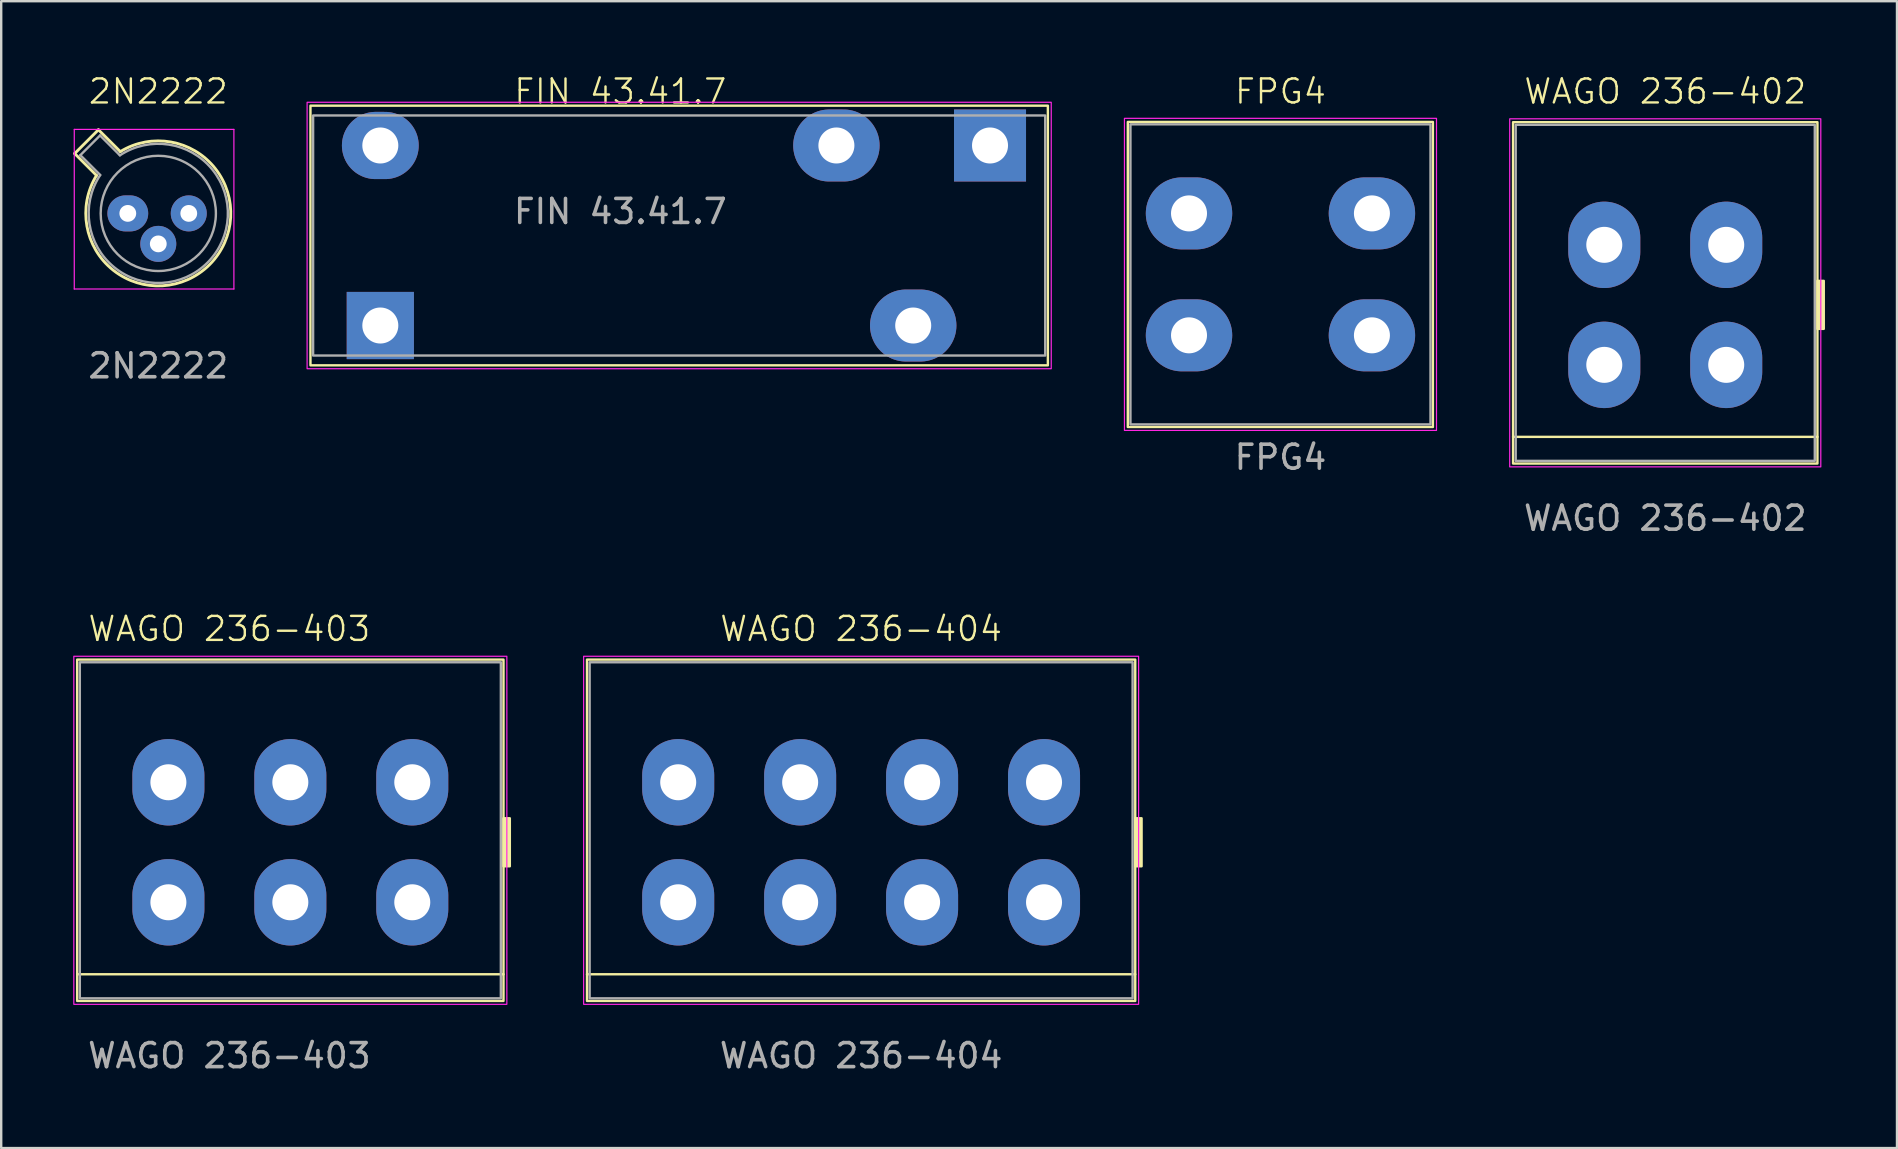
<source format=kicad_pcb>
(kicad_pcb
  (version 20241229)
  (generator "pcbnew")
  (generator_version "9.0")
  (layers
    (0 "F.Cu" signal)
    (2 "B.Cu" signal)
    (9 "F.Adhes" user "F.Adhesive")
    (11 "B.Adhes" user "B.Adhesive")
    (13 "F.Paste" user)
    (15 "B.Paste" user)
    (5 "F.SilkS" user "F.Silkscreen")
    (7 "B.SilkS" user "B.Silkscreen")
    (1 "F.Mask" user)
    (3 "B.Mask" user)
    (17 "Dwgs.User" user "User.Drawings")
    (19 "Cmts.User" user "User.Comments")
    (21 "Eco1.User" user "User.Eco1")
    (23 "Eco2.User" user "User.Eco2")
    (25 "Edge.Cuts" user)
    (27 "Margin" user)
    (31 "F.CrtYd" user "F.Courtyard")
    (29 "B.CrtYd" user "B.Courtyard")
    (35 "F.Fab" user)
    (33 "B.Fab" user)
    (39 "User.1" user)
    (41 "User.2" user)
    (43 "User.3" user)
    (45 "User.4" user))
  (footprint "WAGO 236-403"
    (layer "F.Cu")
    (at 6.505 32.039)
    (property "Reference" "WAGO 236-403" (at 0 -8.89 0) (unlocked yes) (layer "F.SilkS") (effects (font (size 1 1) (thickness 0.1))))
    (attr through_hole)
    (fp_line (start -6.34 5.5) (end 11.42 5.5) (stroke (width 0.1) (type solid)) (layer "F.SilkS"))
    (fp_rect (start -6.34 -7.61) (end 11.42 6.61) (stroke (width 0.1) (type default)) (fill no) (layer "F.SilkS"))
    (fp_rect (start 11.42 -1) (end 11.684 1) (stroke (width 0.1) (type solid)) (fill yes) (layer "F.SilkS"))
    (fp_rect (start -6.48 -7.75) (end 11.56 6.75) (stroke (width 0.05) (type default)) (fill no) (layer "F.CrtYd"))
    (fp_rect (start -6.23 -7.5) (end 11.31 6.5) (stroke (width 0.1) (type default)) (fill no) (layer "F.Fab"))
    (fp_text user "${REFERENCE}" (at 0 8.89 0) (unlocked yes) (layer "F.Fab") (effects (font (size 1 1) (thickness 0.15))))
    (pad "1" thru_hole oval (at -2.54 2.5) (size 3 3.6) (drill 1.5) (layers "*.Cu" "*.Mask"))
    (pad "2" thru_hole oval (at -2.54 -2.5) (size 3 3.6) (drill 1.5) (layers "*.Cu" "*.Mask"))
    (pad "3" thru_hole oval (at 2.54 2.5) (size 3 3.6) (drill 1.5) (layers "*.Cu" "*.Mask"))
    (pad "4" thru_hole oval (at 2.54 -2.5) (size 3 3.6) (drill 1.5) (layers "*.Cu" "*.Mask"))
    (pad "5" thru_hole oval (at 7.62 2.5) (size 3 3.6) (drill 1.5) (layers "*.Cu" "*.Mask"))
    (pad "6" thru_hole oval (at 7.62 -2.5) (size 3 3.6) (drill 1.5) (layers "*.Cu" "*.Mask")))
  (footprint "2N2222"
    (layer "F.Cu")
    (at 3.544 5.84)
    (property "Reference" "2N2222" (at 0 -5.08 0) (unlocked yes) (layer "F.SilkS") (effects (font (size 1 1) (thickness 0.1))))
    (attr through_hole)
    (fp_line (start -3.484 -2.494) (end -2.572 -1.582) (stroke (width 0.12) (type solid)) (layer "F.SilkS"))
    (fp_line (start -2.494 -3.484) (end -3.484 -2.494) (stroke (width 0.12) (type solid)) (layer "F.SilkS"))
    (fp_line (start -1.582 -2.572) (end -2.494 -3.484) (stroke (width 0.12) (type solid)) (layer "F.SilkS"))
    (fp_arc (start -1.582331 -2.572281) (mid 2.135374 2.135551) (end -2.57215 -1.582544) (stroke (width 0.12) (type solid)) (layer "F.SilkS"))
    (fp_line (start -3.5 -3.5) (end -3.5 3.15) (stroke (width 0.05) (type solid)) (layer "F.CrtYd"))
    (fp_line (start -3.5 3.15) (end 3.15 3.15) (stroke (width 0.05) (type solid)) (layer "F.CrtYd"))
    (fp_line (start 3.15 -3.5) (end -3.5 -3.5) (stroke (width 0.05) (type solid)) (layer "F.CrtYd"))
    (fp_line (start 3.15 3.15) (end 3.15 -3.5) (stroke (width 0.05) (type solid)) (layer "F.CrtYd"))
    (fp_line (start -3.247 -2.426) (end -2.419 -1.599) (stroke (width 0.1) (type solid)) (layer "F.Fab"))
    (fp_line (start -2.426 -3.247) (end -3.247 -2.426) (stroke (width 0.1) (type solid)) (layer "F.Fab"))
    (fp_line (start -1.599 -2.419) (end -2.426 -3.247) (stroke (width 0.1) (type solid)) (layer "F.Fab"))
    (fp_arc (start -1.599057 -2.419301) (mid 2.051075 2.050145) (end -2.420029 -1.597956) (stroke (width 0.1) (type solid)) (layer "F.Fab"))
    (fp_circle (center 0 0) (end 2.4 0) (stroke (width 0.1) (type solid)) (fill no) (layer "F.Fab"))
    (fp_text user "${REFERENCE}" (at 0 6.35 0) (unlocked yes) (layer "F.Fab") (effects (font (size 1 1) (thickness 0.15))))
    (pad "1" thru_hole oval (at -1.27 0) (size 1.7 1.5) (drill 0.7) (layers "*.Cu" "*.Mask"))
    (pad "2" thru_hole oval (at 0 1.27) (size 1.5 1.5) (drill 0.7) (layers "*.Cu" "*.Mask"))
    (pad "3" thru_hole oval (at 1.27 0) (size 1.5 1.5) (drill 0.7) (layers "*.Cu" "*.Mask")))
  (footprint "WAGO 236-404"
    (layer "F.Cu")
    (at 32.824 32.039)
    (property "Reference" "WAGO 236-404" (at 0 -8.89 0) (unlocked yes) (layer "F.SilkS") (effects (font (size 1 1) (thickness 0.1))))
    (attr through_hole)
    (fp_line (start -11.42 5.5) (end 11.42 5.5) (stroke (width 0.1) (type solid)) (layer "F.SilkS"))
    (fp_rect (start -11.42 -7.61) (end 11.42 6.61) (stroke (width 0.1) (type default)) (fill no) (layer "F.SilkS"))
    (fp_rect (start 11.42 -1) (end 11.684 1) (stroke (width 0.1) (type solid)) (fill yes) (layer "F.SilkS"))
    (fp_rect (start -11.56 -7.75) (end 11.56 6.75) (stroke (width 0.05) (type default)) (fill no) (layer "F.CrtYd"))
    (fp_rect (start -11.31 -7.5) (end 11.31 6.5) (stroke (width 0.1) (type default)) (fill no) (layer "F.Fab"))
    (fp_text user "${REFERENCE}" (at 0 8.89 0) (unlocked yes) (layer "F.Fab") (effects (font (size 1 1) (thickness 0.15))))
    (pad "1" thru_hole oval (at -7.62 2.5) (size 3 3.6) (drill 1.5) (layers "*.Cu" "*.Mask"))
    (pad "2" thru_hole oval (at -7.62 -2.5) (size 3 3.6) (drill 1.5) (layers "*.Cu" "*.Mask"))
    (pad "3" thru_hole oval (at -2.54 2.5) (size 3 3.6) (drill 1.5) (layers "*.Cu" "*.Mask"))
    (pad "4" thru_hole oval (at -2.54 -2.5) (size 3 3.6) (drill 1.5) (layers "*.Cu" "*.Mask"))
    (pad "5" thru_hole oval (at 2.54 2.5) (size 3 3.6) (drill 1.5) (layers "*.Cu" "*.Mask"))
    (pad "6" thru_hole oval (at 2.54 -2.5) (size 3 3.6) (drill 1.5) (layers "*.Cu" "*.Mask"))
    (pad "7" thru_hole oval (at 7.62 2.5) (size 3 3.6) (drill 1.5) (layers "*.Cu" "*.Mask"))
    (pad "8" thru_hole oval (at 7.62 -2.5) (size 3 3.6) (drill 1.5) (layers "*.Cu" "*.Mask")))
  (footprint "FPG4"
    (layer "F.Cu")
    (at 50.294 8.38)
    (property "Reference" "FPG4" (at 0 -7.62 0) (unlocked yes) (layer "F.SilkS") (effects (font (size 1 1) (thickness 0.1))))
    (attr through_hole)
    (fp_rect (start -6.36 -6.35) (end 6.35 6.36) (stroke (width 0.1) (type default)) (fill no) (layer "F.SilkS"))
    (fp_rect (start -6.5 -6.5) (end 6.5 6.5) (stroke (width 0.05) (type default)) (fill no) (layer "F.CrtYd"))
    (fp_rect (start -6.25 -6.25) (end 6.25 6.25) (stroke (width 0.1) (type default)) (fill no) (layer "F.Fab"))
    (fp_text user "${REFERENCE}" (at 0 7.62 0) (unlocked yes) (layer "F.Fab") (effects (font (size 1 1) (thickness 0.15))))
    (pad "1" thru_hole oval (at -3.81 -2.54) (size 3.6 3) (drill 1.5) (layers "*.Cu" "*.Mask"))
    (pad "2" thru_hole oval (at -3.81 2.54) (size 3.6 3) (drill 1.5) (layers "*.Cu" "*.Mask"))
    (pad "3" thru_hole oval (at 3.81 -2.54) (size 3.6 3) (drill 1.5) (layers "*.Cu" "*.Mask"))
    (pad "4" thru_hole oval (at 3.81 2.54) (size 3.6 3) (drill 1.5) (layers "*.Cu" "*.Mask")))
  (footprint "WAGO 236-402"
    (layer "F.Cu")
    (at 66.324 9.65)
    (property "Reference" "WAGO 236-402" (at 0 -8.89 0) (unlocked yes) (layer "F.SilkS") (effects (font (size 1 1) (thickness 0.1))))
    (attr through_hole)
    (fp_line (start -6.34 5.5) (end 6.34 5.5) (stroke (width 0.1) (type solid)) (layer "F.SilkS"))
    (fp_rect (start -6.34 -7.61) (end 6.34 6.61) (stroke (width 0.1) (type default)) (fill no) (layer "F.SilkS"))
    (fp_rect (start 6.34 -1) (end 6.604 1) (stroke (width 0.1) (type solid)) (fill yes) (layer "F.SilkS"))
    (fp_rect (start -6.48 -7.75) (end 6.48 6.75) (stroke (width 0.05) (type default)) (fill no) (layer "F.CrtYd"))
    (fp_rect (start -6.23 -7.5) (end 6.23 6.5) (stroke (width 0.1) (type default)) (fill no) (layer "F.Fab"))
    (fp_text user "${REFERENCE}" (at 0 8.89 0) (unlocked yes) (layer "F.Fab") (effects (font (size 1 1) (thickness 0.15))))
    (pad "1" thru_hole oval (at -2.54 2.5) (size 3 3.6) (drill 1.5) (layers "*.Cu" "*.Mask"))
    (pad "2" thru_hole oval (at -2.54 -2.5) (size 3 3.6) (drill 1.5) (layers "*.Cu" "*.Mask"))
    (pad "3" thru_hole oval (at 2.54 2.5) (size 3 3.6) (drill 1.5) (layers "*.Cu" "*.Mask"))
    (pad "4" thru_hole oval (at 2.54 -2.5) (size 3 3.6) (drill 1.5) (layers "*.Cu" "*.Mask")))
  (footprint "FIN 43.41.7"
    (layer "F.Cu")
    (at 22.794 6.761)
    (property "Reference" "FIN 43.41.7" (at 0 -6 0) (unlocked yes) (layer "F.SilkS") (effects (font (size 1 1) (thickness 0.1))))
    (attr through_hole)
    (fp_rect (start -12.91 -5.41) (end 17.81 5.41) (stroke (width 0.1) (type default)) (fill no) (layer "F.SilkS"))
    (fp_rect (start -13.05 -5.55) (end 17.95 5.55) (stroke (width 0.05) (type default)) (fill no) (layer "F.CrtYd"))
    (fp_rect (start -12.8 -5) (end 17.7 5) (stroke (width 0.1) (type default)) (fill no) (layer "F.Fab"))
    (fp_text user "${REFERENCE}" (at 0 -1 0) (unlocked yes) (layer "F.Fab") (effects (font (size 1 1) (thickness 0.15))))
    (pad "1" thru_hole oval (at -10 -3.75) (size 3.2 2.8) (drill 1.5) (layers "*.Cu" "*.Mask"))
    (pad "2" thru_hole rect (at -10 3.75) (size 2.8 2.8) (drill 1.5) (layers "*.Cu" "*.Mask"))
    (pad "3" thru_hole oval (at 12.2 3.75) (size 3.6 3) (drill 1.5) (layers "*.Cu" "*.Mask"))
    (pad "4" thru_hole oval (at 9 -3.75) (size 3.6 3) (drill 1.5) (layers "*.Cu" "*.Mask"))
    (pad "5" thru_hole rect (at 15.4 -3.75) (size 3 3) (drill 1.5) (layers "*.Cu" "*.Mask")))
  (gr_rect
    (start -3 -3)
    (end 75.978 44.778)
    (stroke (width 0.1) (type default))
    (fill no)
    (layer "Edge.Cuts")))
</source>
